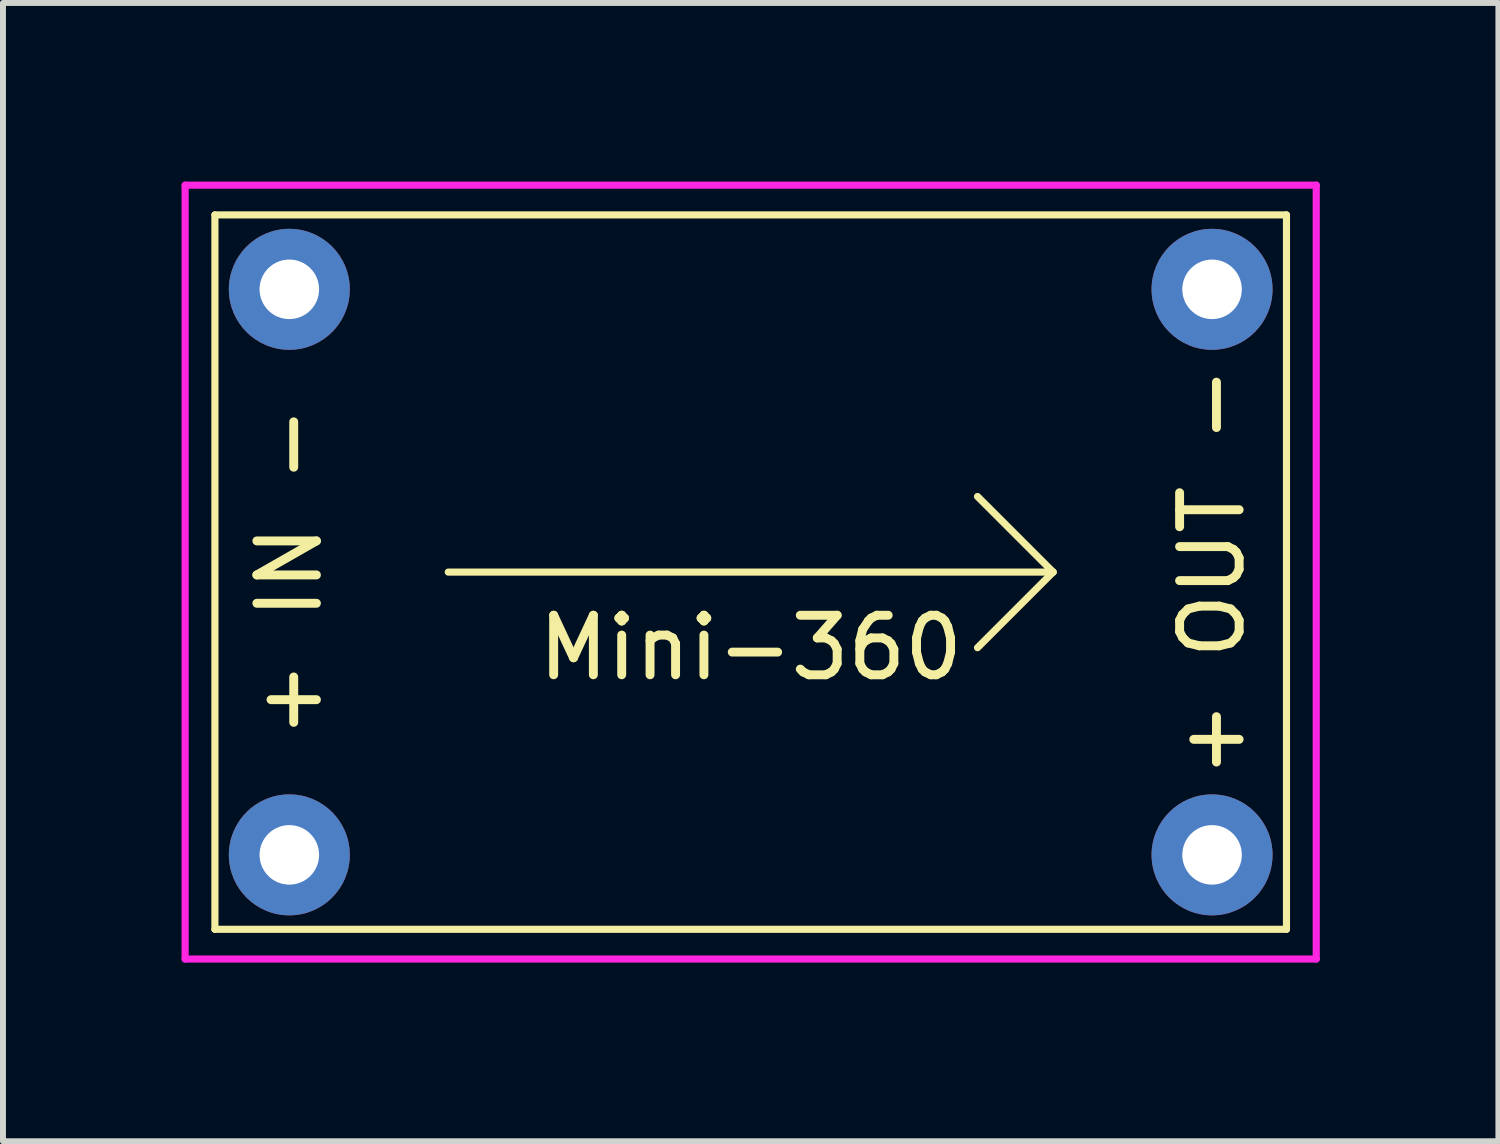
<source format=kicad_pcb>
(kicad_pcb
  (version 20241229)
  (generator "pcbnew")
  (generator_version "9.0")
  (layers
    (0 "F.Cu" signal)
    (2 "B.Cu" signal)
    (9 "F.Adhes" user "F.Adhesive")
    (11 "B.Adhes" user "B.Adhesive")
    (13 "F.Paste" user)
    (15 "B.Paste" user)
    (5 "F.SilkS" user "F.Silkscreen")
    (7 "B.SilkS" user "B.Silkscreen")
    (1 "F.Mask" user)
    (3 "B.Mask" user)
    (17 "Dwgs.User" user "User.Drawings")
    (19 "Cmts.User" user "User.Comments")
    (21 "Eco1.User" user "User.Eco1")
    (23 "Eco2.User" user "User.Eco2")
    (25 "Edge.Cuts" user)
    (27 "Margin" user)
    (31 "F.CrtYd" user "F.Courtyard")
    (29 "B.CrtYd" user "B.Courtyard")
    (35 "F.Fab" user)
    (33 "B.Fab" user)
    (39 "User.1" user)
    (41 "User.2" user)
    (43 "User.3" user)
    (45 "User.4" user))
  (footprint "Mini-360"
    (layer "F.Cu")
    (at 9.56 6.56)
    (property "Reference" "Mini-360" (at 0 1.27 0) (layer "F.SilkS") (effects (font (size 1 1) (thickness 0.15))))
    (attr through_hole)
    (fp_line (start -9 -6) (end 9 -6) (stroke (width 0.12) (type solid)) (layer "F.SilkS"))
    (fp_line (start -9 6) (end -9 -6) (stroke (width 0.12) (type solid)) (layer "F.SilkS"))
    (fp_line (start -5.08 0) (end 5.08 0) (stroke (width 0.12) (type solid)) (layer "F.SilkS"))
    (fp_line (start 5.08 0) (end 3.81 -1.27) (stroke (width 0.12) (type solid)) (layer "F.SilkS"))
    (fp_line (start 5.08 0) (end 3.81 1.27) (stroke (width 0.12) (type solid)) (layer "F.SilkS"))
    (fp_line (start 9 -6) (end 9 6) (stroke (width 0.12) (type solid)) (layer "F.SilkS"))
    (fp_line (start 9 6) (end -9 6) (stroke (width 0.12) (type solid)) (layer "F.SilkS"))
    (fp_line (start -9.5 -6.5) (end 9.5 -6.5) (stroke (width 0.12) (type solid)) (layer "F.CrtYd"))
    (fp_line (start -9.5 6.5) (end -9.5 -6.5) (stroke (width 0.12) (type solid)) (layer "F.CrtYd"))
    (fp_line (start 9.5 -6.5) (end 9.5 6.5) (stroke (width 0.12) (type solid)) (layer "F.CrtYd"))
    (fp_line (start 9.5 6.5) (end -9.5 6.5) (stroke (width 0.12) (type solid)) (layer "F.CrtYd"))
    (fp_text user "+ IN -" (at -7.75 0 90) (unlocked yes) (layer "F.SilkS") (effects (font (size 1 1) (thickness 0.15))))
    (fp_text user "+ OUT -" (at 7.75 0 90) (unlocked yes) (layer "F.SilkS") (effects (font (size 1 1) (thickness 0.15))))
    (pad "1" thru_hole circle (at -7.75 4.75) (size 2.032 2.032) (drill 1) (layers "*.Cu" "*.Mask"))
    (pad "2" thru_hole circle (at -7.75 -4.75) (size 2.032 2.032) (drill 1) (layers "*.Cu" "*.Mask"))
    (pad "3" thru_hole circle (at 7.75 4.75) (size 2.032 2.032) (drill 1) (layers "*.Cu" "*.Mask"))
    (pad "4" thru_hole circle (at 7.75 -4.75) (size 2.032 2.032) (drill 1) (layers "*.Cu" "*.Mask")))
  (gr_rect
    (start -3 -3)
    (end 22.12 16.12)
    (stroke (width 0.1) (type default))
    (fill no)
    (layer "Edge.Cuts")))
</source>
